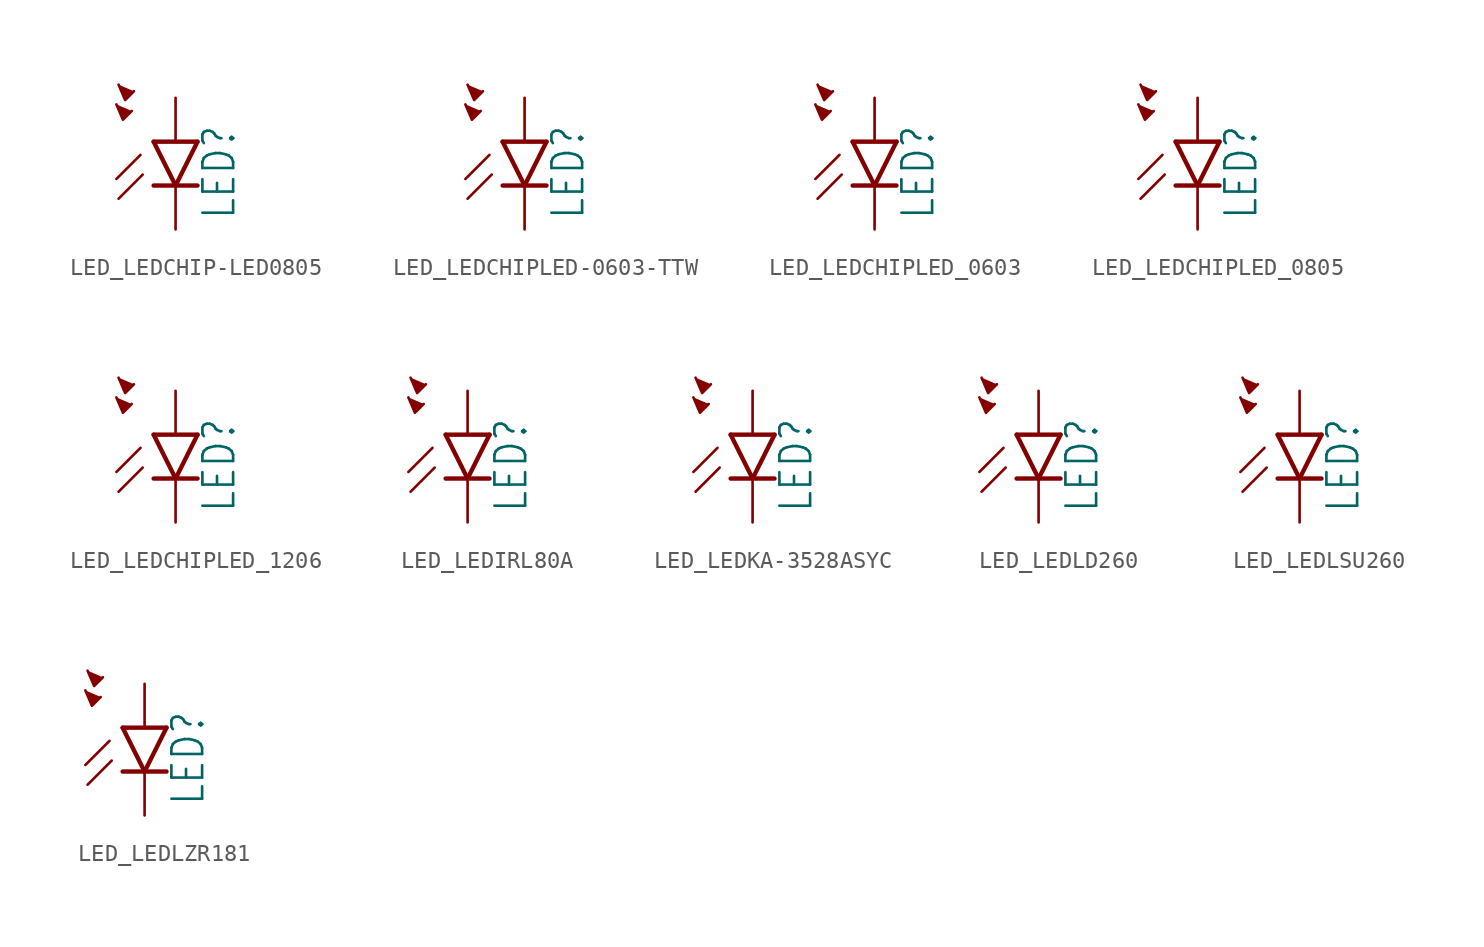
<source format=kicad_sym>
(kicad_symbol_lib
  (version 20241209)
  (generator "kicad_symbol_editor")
  (generator_version "9.0")
  (symbol "LED_LEDCHIP-LED0805"
    (property "Reference" "LED"
      (at 3.556 -4.572 90)
      (effects (font (size 1.778 1.511)) (justify left bottom)))
    (property "Value" ""
      (at 5.715 -4.572 90)
      (effects (font (size 1.778 1.511)) (justify left bottom)))
    (property "ki_locked" ""
      (at 0 0 0)
      (effects (font (size 1.27 1.27))))
    (symbol "LED_LEDCHIP-LED0805_1_0"
      (polyline (pts (xy -3.429 2.159) (xy -3.048 1.27) (xy -2.54 1.778)) (stroke (width 0.152) (type solid)) (fill (type outline)))
      (polyline (pts (xy -3.302 3.302) (xy -2.921 2.413) (xy -2.413 2.921)) (stroke (width 0.152) (type solid)) (fill (type outline)))
      (polyline (pts (xy -2.032 -0.762) (xy -3.429 -2.159)) (stroke (width 0.152) (type solid)) (fill (type none)))
      (polyline (pts (xy -1.905 -1.905) (xy -3.302 -3.302)) (stroke (width 0.152) (type solid)) (fill (type none)))
      (polyline (pts (xy 0 -2.54) (xy -1.27 0)) (stroke (width 0.254) (type solid)) (fill (type none)))
      (polyline (pts (xy 0 -2.54) (xy -1.27 -2.54)) (stroke (width 0.254) (type solid)) (fill (type none)))
      (polyline (pts (xy 1.27 0) (xy -1.27 0)) (stroke (width 0.254) (type solid)) (fill (type none)))
      (polyline (pts (xy 1.27 0) (xy 0 -2.54)) (stroke (width 0.254) (type solid)) (fill (type none)))
      (polyline (pts (xy 1.27 -2.54) (xy 0 -2.54)) (stroke (width 0.254) (type solid)) (fill (type none)))
      (pin passive line (at 0 2.54 270) (length 2.54) (name "A" (effects (font (size 0 0)))) (number "A" (effects (font (size 0 0)))))
      (pin passive line (at 0 -5.08 90) (length 2.54) (name "C" (effects (font (size 0 0)))) (number "C" (effects (font (size 0 0)))))))
  (symbol "LED_LEDCHIPLED-0603-TTW"
    (property "Reference" "LED"
      (at 3.556 -4.572 90)
      (effects (font (size 1.778 1.511)) (justify left bottom)))
    (property "Value" ""
      (at 5.715 -4.572 90)
      (effects (font (size 1.778 1.511)) (justify left bottom)))
    (property "ki_locked" ""
      (at 0 0 0)
      (effects (font (size 1.27 1.27))))
    (symbol "LED_LEDCHIPLED-0603-TTW_1_0"
      (polyline (pts (xy -3.429 2.159) (xy -3.048 1.27) (xy -2.54 1.778)) (stroke (width 0.152) (type solid)) (fill (type outline)))
      (polyline (pts (xy -3.302 3.302) (xy -2.921 2.413) (xy -2.413 2.921)) (stroke (width 0.152) (type solid)) (fill (type outline)))
      (polyline (pts (xy -2.032 -0.762) (xy -3.429 -2.159)) (stroke (width 0.152) (type solid)) (fill (type none)))
      (polyline (pts (xy -1.905 -1.905) (xy -3.302 -3.302)) (stroke (width 0.152) (type solid)) (fill (type none)))
      (polyline (pts (xy 0 -2.54) (xy -1.27 0)) (stroke (width 0.254) (type solid)) (fill (type none)))
      (polyline (pts (xy 0 -2.54) (xy -1.27 -2.54)) (stroke (width 0.254) (type solid)) (fill (type none)))
      (polyline (pts (xy 1.27 0) (xy -1.27 0)) (stroke (width 0.254) (type solid)) (fill (type none)))
      (polyline (pts (xy 1.27 0) (xy 0 -2.54)) (stroke (width 0.254) (type solid)) (fill (type none)))
      (polyline (pts (xy 1.27 -2.54) (xy 0 -2.54)) (stroke (width 0.254) (type solid)) (fill (type none)))
      (pin passive line (at 0 2.54 270) (length 2.54) (name "A" (effects (font (size 0 0)))) (number "A@1" (effects (font (size 0 0)))))
      (pin passive line (at 0 -5.08 90) (length 2.54) (name "C" (effects (font (size 0 0)))) (number "C@1" (effects (font (size 0 0)))))))
  (symbol "LED_LEDCHIPLED_0603"
    (property "Reference" "LED"
      (at 3.556 -4.572 90)
      (effects (font (size 1.778 1.511)) (justify left bottom)))
    (property "Value" ""
      (at 5.715 -4.572 90)
      (effects (font (size 1.778 1.511)) (justify left bottom)))
    (property "ki_locked" ""
      (at 0 0 0)
      (effects (font (size 1.27 1.27))))
    (symbol "LED_LEDCHIPLED_0603_1_0"
      (polyline (pts (xy -3.429 2.159) (xy -3.048 1.27) (xy -2.54 1.778)) (stroke (width 0.152) (type solid)) (fill (type outline)))
      (polyline (pts (xy -3.302 3.302) (xy -2.921 2.413) (xy -2.413 2.921)) (stroke (width 0.152) (type solid)) (fill (type outline)))
      (polyline (pts (xy -2.032 -0.762) (xy -3.429 -2.159)) (stroke (width 0.152) (type solid)) (fill (type none)))
      (polyline (pts (xy -1.905 -1.905) (xy -3.302 -3.302)) (stroke (width 0.152) (type solid)) (fill (type none)))
      (polyline (pts (xy 0 -2.54) (xy -1.27 0)) (stroke (width 0.254) (type solid)) (fill (type none)))
      (polyline (pts (xy 0 -2.54) (xy -1.27 -2.54)) (stroke (width 0.254) (type solid)) (fill (type none)))
      (polyline (pts (xy 1.27 0) (xy -1.27 0)) (stroke (width 0.254) (type solid)) (fill (type none)))
      (polyline (pts (xy 1.27 0) (xy 0 -2.54)) (stroke (width 0.254) (type solid)) (fill (type none)))
      (polyline (pts (xy 1.27 -2.54) (xy 0 -2.54)) (stroke (width 0.254) (type solid)) (fill (type none)))
      (pin passive line (at 0 2.54 270) (length 2.54) (name "A" (effects (font (size 0 0)))) (number "A" (effects (font (size 0 0)))))
      (pin passive line (at 0 -5.08 90) (length 2.54) (name "C" (effects (font (size 0 0)))) (number "C" (effects (font (size 0 0)))))))
  (symbol "LED_LEDCHIPLED_0805"
    (property "Reference" "LED"
      (at 3.556 -4.572 90)
      (effects (font (size 1.778 1.511)) (justify left bottom)))
    (property "Value" ""
      (at 5.715 -4.572 90)
      (effects (font (size 1.778 1.511)) (justify left bottom)))
    (property "ki_locked" ""
      (at 0 0 0)
      (effects (font (size 1.27 1.27))))
    (symbol "LED_LEDCHIPLED_0805_1_0"
      (polyline (pts (xy -3.429 2.159) (xy -3.048 1.27) (xy -2.54 1.778)) (stroke (width 0.152) (type solid)) (fill (type outline)))
      (polyline (pts (xy -3.302 3.302) (xy -2.921 2.413) (xy -2.413 2.921)) (stroke (width 0.152) (type solid)) (fill (type outline)))
      (polyline (pts (xy -2.032 -0.762) (xy -3.429 -2.159)) (stroke (width 0.152) (type solid)) (fill (type none)))
      (polyline (pts (xy -1.905 -1.905) (xy -3.302 -3.302)) (stroke (width 0.152) (type solid)) (fill (type none)))
      (polyline (pts (xy 0 -2.54) (xy -1.27 0)) (stroke (width 0.254) (type solid)) (fill (type none)))
      (polyline (pts (xy 0 -2.54) (xy -1.27 -2.54)) (stroke (width 0.254) (type solid)) (fill (type none)))
      (polyline (pts (xy 1.27 0) (xy -1.27 0)) (stroke (width 0.254) (type solid)) (fill (type none)))
      (polyline (pts (xy 1.27 0) (xy 0 -2.54)) (stroke (width 0.254) (type solid)) (fill (type none)))
      (polyline (pts (xy 1.27 -2.54) (xy 0 -2.54)) (stroke (width 0.254) (type solid)) (fill (type none)))
      (pin passive line (at 0 2.54 270) (length 2.54) (name "A" (effects (font (size 0 0)))) (number "A" (effects (font (size 0 0)))))
      (pin passive line (at 0 -5.08 90) (length 2.54) (name "C" (effects (font (size 0 0)))) (number "C" (effects (font (size 0 0)))))))
  (symbol "LED_LEDCHIPLED_1206"
    (property "Reference" "LED"
      (at 3.556 -4.572 90)
      (effects (font (size 1.778 1.511)) (justify left bottom)))
    (property "Value" ""
      (at 5.715 -4.572 90)
      (effects (font (size 1.778 1.511)) (justify left bottom)))
    (property "ki_locked" ""
      (at 0 0 0)
      (effects (font (size 1.27 1.27))))
    (symbol "LED_LEDCHIPLED_1206_1_0"
      (polyline (pts (xy -3.429 2.159) (xy -3.048 1.27) (xy -2.54 1.778)) (stroke (width 0.152) (type solid)) (fill (type outline)))
      (polyline (pts (xy -3.302 3.302) (xy -2.921 2.413) (xy -2.413 2.921)) (stroke (width 0.152) (type solid)) (fill (type outline)))
      (polyline (pts (xy -2.032 -0.762) (xy -3.429 -2.159)) (stroke (width 0.152) (type solid)) (fill (type none)))
      (polyline (pts (xy -1.905 -1.905) (xy -3.302 -3.302)) (stroke (width 0.152) (type solid)) (fill (type none)))
      (polyline (pts (xy 0 -2.54) (xy -1.27 0)) (stroke (width 0.254) (type solid)) (fill (type none)))
      (polyline (pts (xy 0 -2.54) (xy -1.27 -2.54)) (stroke (width 0.254) (type solid)) (fill (type none)))
      (polyline (pts (xy 1.27 0) (xy -1.27 0)) (stroke (width 0.254) (type solid)) (fill (type none)))
      (polyline (pts (xy 1.27 0) (xy 0 -2.54)) (stroke (width 0.254) (type solid)) (fill (type none)))
      (polyline (pts (xy 1.27 -2.54) (xy 0 -2.54)) (stroke (width 0.254) (type solid)) (fill (type none)))
      (pin passive line (at 0 2.54 270) (length 2.54) (name "A" (effects (font (size 0 0)))) (number "A" (effects (font (size 0 0)))))
      (pin passive line (at 0 -5.08 90) (length 2.54) (name "C" (effects (font (size 0 0)))) (number "C" (effects (font (size 0 0)))))))
  (symbol "LED_LEDIRL80A"
    (property "Reference" "LED"
      (at 3.556 -4.572 90)
      (effects (font (size 1.778 1.511)) (justify left bottom)))
    (property "Value" ""
      (at 5.715 -4.572 90)
      (effects (font (size 1.778 1.511)) (justify left bottom)))
    (property "ki_locked" ""
      (at 0 0 0)
      (effects (font (size 1.27 1.27))))
    (symbol "LED_LEDIRL80A_1_0"
      (polyline (pts (xy -3.429 2.159) (xy -3.048 1.27) (xy -2.54 1.778)) (stroke (width 0.152) (type solid)) (fill (type outline)))
      (polyline (pts (xy -3.302 3.302) (xy -2.921 2.413) (xy -2.413 2.921)) (stroke (width 0.152) (type solid)) (fill (type outline)))
      (polyline (pts (xy -2.032 -0.762) (xy -3.429 -2.159)) (stroke (width 0.152) (type solid)) (fill (type none)))
      (polyline (pts (xy -1.905 -1.905) (xy -3.302 -3.302)) (stroke (width 0.152) (type solid)) (fill (type none)))
      (polyline (pts (xy 0 -2.54) (xy -1.27 0)) (stroke (width 0.254) (type solid)) (fill (type none)))
      (polyline (pts (xy 0 -2.54) (xy -1.27 -2.54)) (stroke (width 0.254) (type solid)) (fill (type none)))
      (polyline (pts (xy 1.27 0) (xy -1.27 0)) (stroke (width 0.254) (type solid)) (fill (type none)))
      (polyline (pts (xy 1.27 0) (xy 0 -2.54)) (stroke (width 0.254) (type solid)) (fill (type none)))
      (polyline (pts (xy 1.27 -2.54) (xy 0 -2.54)) (stroke (width 0.254) (type solid)) (fill (type none)))
      (pin passive line (at 0 2.54 270) (length 2.54) (name "A" (effects (font (size 0 0)))) (number "A" (effects (font (size 0 0)))))
      (pin passive line (at 0 -5.08 90) (length 2.54) (name "C" (effects (font (size 0 0)))) (number "K" (effects (font (size 0 0)))))))
  (symbol "LED_LEDKA-3528ASYC"
    (property "Reference" "LED"
      (at 3.556 -4.572 90)
      (effects (font (size 1.778 1.511)) (justify left bottom)))
    (property "Value" ""
      (at 5.715 -4.572 90)
      (effects (font (size 1.778 1.511)) (justify left bottom)))
    (property "ki_locked" ""
      (at 0 0 0)
      (effects (font (size 1.27 1.27))))
    (symbol "LED_LEDKA-3528ASYC_1_0"
      (polyline (pts (xy -3.429 2.159) (xy -3.048 1.27) (xy -2.54 1.778)) (stroke (width 0.152) (type solid)) (fill (type outline)))
      (polyline (pts (xy -3.302 3.302) (xy -2.921 2.413) (xy -2.413 2.921)) (stroke (width 0.152) (type solid)) (fill (type outline)))
      (polyline (pts (xy -2.032 -0.762) (xy -3.429 -2.159)) (stroke (width 0.152) (type solid)) (fill (type none)))
      (polyline (pts (xy -1.905 -1.905) (xy -3.302 -3.302)) (stroke (width 0.152) (type solid)) (fill (type none)))
      (polyline (pts (xy 0 -2.54) (xy -1.27 0)) (stroke (width 0.254) (type solid)) (fill (type none)))
      (polyline (pts (xy 0 -2.54) (xy -1.27 -2.54)) (stroke (width 0.254) (type solid)) (fill (type none)))
      (polyline (pts (xy 1.27 0) (xy -1.27 0)) (stroke (width 0.254) (type solid)) (fill (type none)))
      (polyline (pts (xy 1.27 0) (xy 0 -2.54)) (stroke (width 0.254) (type solid)) (fill (type none)))
      (polyline (pts (xy 1.27 -2.54) (xy 0 -2.54)) (stroke (width 0.254) (type solid)) (fill (type none)))
      (pin passive line (at 0 2.54 270) (length 2.54) (name "A" (effects (font (size 0 0)))) (number "A" (effects (font (size 0 0)))))
      (pin passive line (at 0 -5.08 90) (length 2.54) (name "C" (effects (font (size 0 0)))) (number "C" (effects (font (size 0 0)))))))
  (symbol "LED_LEDLD260"
    (property "Reference" "LED"
      (at 3.556 -4.572 90)
      (effects (font (size 1.778 1.511)) (justify left bottom)))
    (property "Value" ""
      (at 5.715 -4.572 90)
      (effects (font (size 1.778 1.511)) (justify left bottom)))
    (property "ki_locked" ""
      (at 0 0 0)
      (effects (font (size 1.27 1.27))))
    (symbol "LED_LEDLD260_1_0"
      (polyline (pts (xy -3.429 2.159) (xy -3.048 1.27) (xy -2.54 1.778)) (stroke (width 0.152) (type solid)) (fill (type outline)))
      (polyline (pts (xy -3.302 3.302) (xy -2.921 2.413) (xy -2.413 2.921)) (stroke (width 0.152) (type solid)) (fill (type outline)))
      (polyline (pts (xy -2.032 -0.762) (xy -3.429 -2.159)) (stroke (width 0.152) (type solid)) (fill (type none)))
      (polyline (pts (xy -1.905 -1.905) (xy -3.302 -3.302)) (stroke (width 0.152) (type solid)) (fill (type none)))
      (polyline (pts (xy 0 -2.54) (xy -1.27 0)) (stroke (width 0.254) (type solid)) (fill (type none)))
      (polyline (pts (xy 0 -2.54) (xy -1.27 -2.54)) (stroke (width 0.254) (type solid)) (fill (type none)))
      (polyline (pts (xy 1.27 0) (xy -1.27 0)) (stroke (width 0.254) (type solid)) (fill (type none)))
      (polyline (pts (xy 1.27 0) (xy 0 -2.54)) (stroke (width 0.254) (type solid)) (fill (type none)))
      (polyline (pts (xy 1.27 -2.54) (xy 0 -2.54)) (stroke (width 0.254) (type solid)) (fill (type none)))
      (pin passive line (at 0 2.54 270) (length 2.54) (name "A" (effects (font (size 0 0)))) (number "A" (effects (font (size 0 0)))))
      (pin passive line (at 0 -5.08 90) (length 2.54) (name "C" (effects (font (size 0 0)))) (number "K" (effects (font (size 0 0)))))))
  (symbol "LED_LEDLSU260"
    (property "Reference" "LED"
      (at 3.556 -4.572 90)
      (effects (font (size 1.778 1.511)) (justify left bottom)))
    (property "Value" ""
      (at 5.715 -4.572 90)
      (effects (font (size 1.778 1.511)) (justify left bottom)))
    (property "ki_locked" ""
      (at 0 0 0)
      (effects (font (size 1.27 1.27))))
    (symbol "LED_LEDLSU260_1_0"
      (polyline (pts (xy -3.429 2.159) (xy -3.048 1.27) (xy -2.54 1.778)) (stroke (width 0.152) (type solid)) (fill (type outline)))
      (polyline (pts (xy -3.302 3.302) (xy -2.921 2.413) (xy -2.413 2.921)) (stroke (width 0.152) (type solid)) (fill (type outline)))
      (polyline (pts (xy -2.032 -0.762) (xy -3.429 -2.159)) (stroke (width 0.152) (type solid)) (fill (type none)))
      (polyline (pts (xy -1.905 -1.905) (xy -3.302 -3.302)) (stroke (width 0.152) (type solid)) (fill (type none)))
      (polyline (pts (xy 0 -2.54) (xy -1.27 0)) (stroke (width 0.254) (type solid)) (fill (type none)))
      (polyline (pts (xy 0 -2.54) (xy -1.27 -2.54)) (stroke (width 0.254) (type solid)) (fill (type none)))
      (polyline (pts (xy 1.27 0) (xy -1.27 0)) (stroke (width 0.254) (type solid)) (fill (type none)))
      (polyline (pts (xy 1.27 0) (xy 0 -2.54)) (stroke (width 0.254) (type solid)) (fill (type none)))
      (polyline (pts (xy 1.27 -2.54) (xy 0 -2.54)) (stroke (width 0.254) (type solid)) (fill (type none)))
      (pin passive line (at 0 2.54 270) (length 2.54) (name "A" (effects (font (size 0 0)))) (number "A" (effects (font (size 0 0)))))
      (pin passive line (at 0 -5.08 90) (length 2.54) (name "C" (effects (font (size 0 0)))) (number "K" (effects (font (size 0 0)))))))
  (symbol "LED_LEDLZR181"
    (property "Reference" "LED"
      (at 3.556 -4.572 90)
      (effects (font (size 1.778 1.511)) (justify left bottom)))
    (property "Value" ""
      (at 5.715 -4.572 90)
      (effects (font (size 1.778 1.511)) (justify left bottom)))
    (property "ki_locked" ""
      (at 0 0 0)
      (effects (font (size 1.27 1.27))))
    (symbol "LED_LEDLZR181_1_0"
      (polyline (pts (xy -3.429 2.159) (xy -3.048 1.27) (xy -2.54 1.778)) (stroke (width 0.152) (type solid)) (fill (type outline)))
      (polyline (pts (xy -3.302 3.302) (xy -2.921 2.413) (xy -2.413 2.921)) (stroke (width 0.152) (type solid)) (fill (type outline)))
      (polyline (pts (xy -2.032 -0.762) (xy -3.429 -2.159)) (stroke (width 0.152) (type solid)) (fill (type none)))
      (polyline (pts (xy -1.905 -1.905) (xy -3.302 -3.302)) (stroke (width 0.152) (type solid)) (fill (type none)))
      (polyline (pts (xy 0 -2.54) (xy -1.27 0)) (stroke (width 0.254) (type solid)) (fill (type none)))
      (polyline (pts (xy 0 -2.54) (xy -1.27 -2.54)) (stroke (width 0.254) (type solid)) (fill (type none)))
      (polyline (pts (xy 1.27 0) (xy -1.27 0)) (stroke (width 0.254) (type solid)) (fill (type none)))
      (polyline (pts (xy 1.27 0) (xy 0 -2.54)) (stroke (width 0.254) (type solid)) (fill (type none)))
      (polyline (pts (xy 1.27 -2.54) (xy 0 -2.54)) (stroke (width 0.254) (type solid)) (fill (type none)))
      (pin passive line (at 0 2.54 270) (length 2.54) (name "A" (effects (font (size 0 0)))) (number "A" (effects (font (size 0 0)))))
      (pin passive line (at 0 -5.08 90) (length 2.54) (name "C" (effects (font (size 0 0)))) (number "K" (effects (font (size 0 0))))))))
</source>
